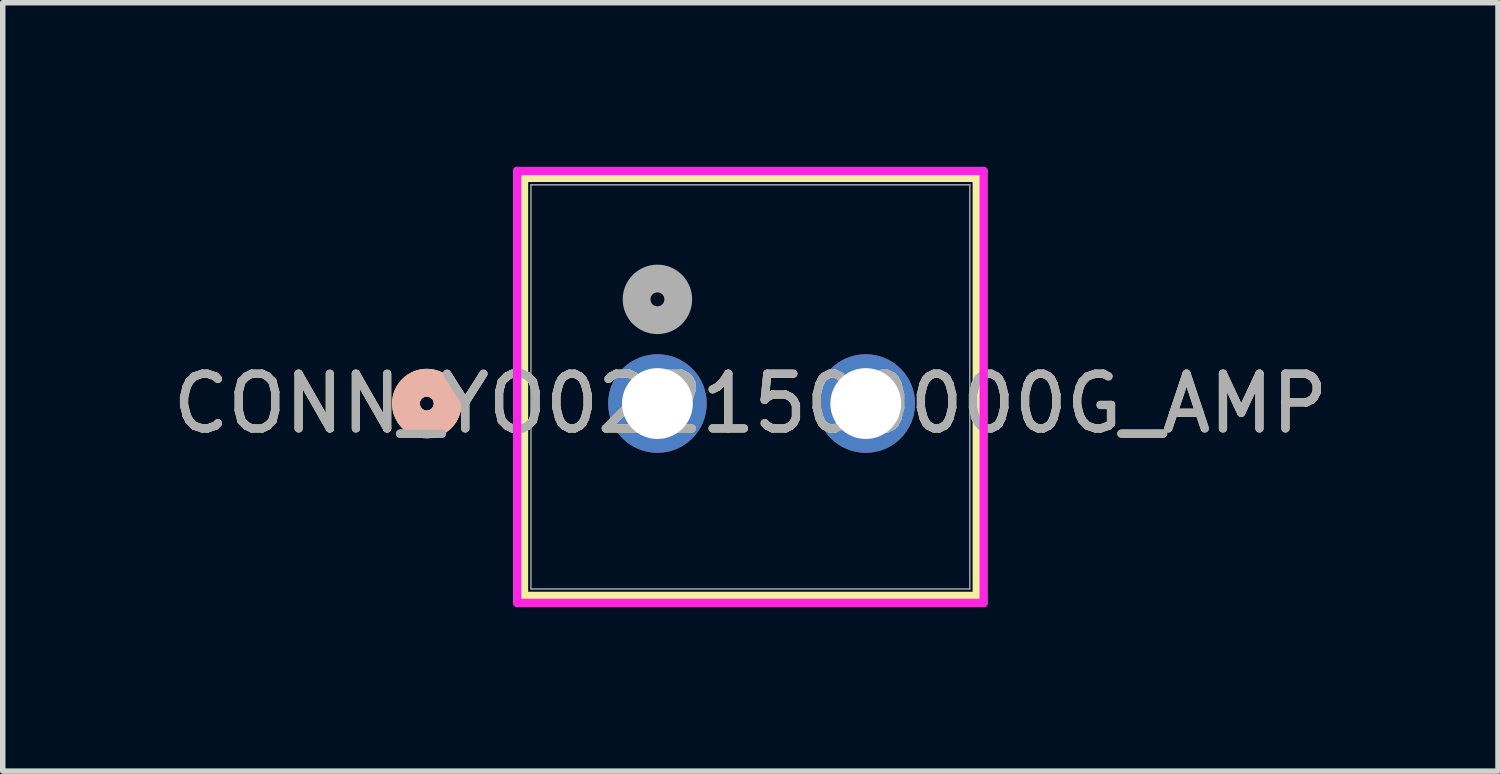
<source format=kicad_pcb>
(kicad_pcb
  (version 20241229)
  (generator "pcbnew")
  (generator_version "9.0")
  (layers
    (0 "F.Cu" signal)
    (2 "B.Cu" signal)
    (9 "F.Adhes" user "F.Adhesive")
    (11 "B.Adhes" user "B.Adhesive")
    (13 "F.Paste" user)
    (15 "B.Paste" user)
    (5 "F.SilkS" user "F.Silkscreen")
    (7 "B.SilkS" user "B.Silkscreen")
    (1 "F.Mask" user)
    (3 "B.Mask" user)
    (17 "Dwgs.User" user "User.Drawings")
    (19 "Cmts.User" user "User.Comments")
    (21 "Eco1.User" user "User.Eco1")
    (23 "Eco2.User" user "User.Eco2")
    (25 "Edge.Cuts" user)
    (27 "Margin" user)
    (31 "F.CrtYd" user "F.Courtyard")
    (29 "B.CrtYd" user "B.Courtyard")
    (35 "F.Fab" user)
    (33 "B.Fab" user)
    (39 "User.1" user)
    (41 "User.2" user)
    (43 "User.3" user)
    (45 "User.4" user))
  (footprint "CONN_YO0221500000G_AMP"
    (layer "F.Cu")
    (at 8.973 4.33)
    (property "Reference" "CONN_YO0221500000G_AMP" (at 1.7 0 0) (unlocked yes) (layer "F.SilkS") (effects (font (size 1 1) (thickness 0.15))))
    (attr through_hole)
    (fp_line (start -2.44 -4.127) (end -2.44 3.518) (stroke (width 0.152) (type solid)) (layer "F.SilkS"))
    (fp_line (start -2.44 3.518) (end 5.84 3.518) (stroke (width 0.152) (type solid)) (layer "F.SilkS"))
    (fp_line (start 5.84 -4.127) (end -2.44 -4.127) (stroke (width 0.152) (type solid)) (layer "F.SilkS"))
    (fp_line (start 5.84 3.518) (end 5.84 -4.127) (stroke (width 0.152) (type solid)) (layer "F.SilkS"))
    (fp_circle (center -4.218 0) (end -3.837 0) (stroke (width 0.508) (type solid)) (fill no) (layer "F.SilkS"))
    (fp_circle (center -4.218 0) (end -3.837 0) (stroke (width 0.508) (type solid)) (fill no) (layer "B.SilkS"))
    (fp_line (start -2.567 -4.254) (end -2.567 3.645) (stroke (width 0.152) (type solid)) (layer "F.CrtYd"))
    (fp_line (start -2.567 3.645) (end 5.967 3.645) (stroke (width 0.152) (type solid)) (layer "F.CrtYd"))
    (fp_line (start 5.967 -4.254) (end -2.567 -4.254) (stroke (width 0.152) (type solid)) (layer "F.CrtYd"))
    (fp_line (start 5.967 3.645) (end 5.967 -4.254) (stroke (width 0.152) (type solid)) (layer "F.CrtYd"))
    (fp_line (start -2.313 -4) (end -2.313 3.391) (stroke (width 0.025) (type solid)) (layer "F.Fab"))
    (fp_line (start -2.313 3.391) (end 5.713 3.391) (stroke (width 0.025) (type solid)) (layer "F.Fab"))
    (fp_line (start 5.713 -4) (end -2.313 -4) (stroke (width 0.025) (type solid)) (layer "F.Fab"))
    (fp_line (start 5.713 3.391) (end 5.713 -4) (stroke (width 0.025) (type solid)) (layer "F.Fab"))
    (fp_circle (center 0 -1.905) (end 0.381 -1.905) (stroke (width 0.508) (type solid)) (fill no) (layer "F.Fab"))
    (fp_text user "${REFERENCE}" (at 1.7 0 0) (unlocked yes) (layer "F.Fab") (effects (font (size 1 1) (thickness 0.15))))
    (pad "1" thru_hole circle (at 0 0) (size 1.803 1.803) (drill 1.295) (layers "*.Cu" "*.Mask"))
    (pad "2" thru_hole circle (at 3.81 0) (size 1.803 1.803) (drill 1.295) (layers "*.Cu" "*.Mask")))
  (gr_rect
    (start -3 -3)
    (end 24.345 11.052)
    (stroke (width 0.1) (type default))
    (fill no)
    (layer "Edge.Cuts")))
</source>
